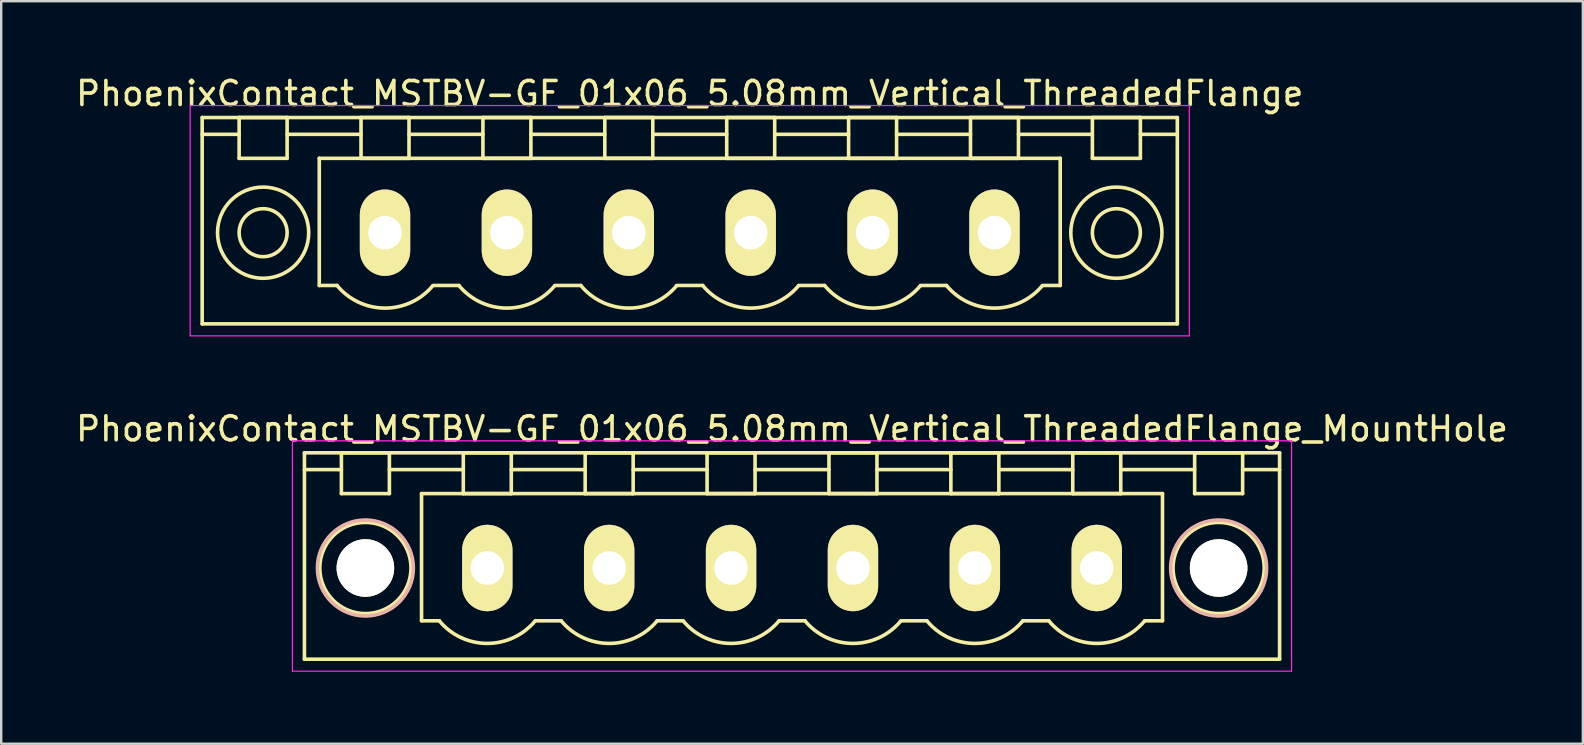
<source format=kicad_pcb>
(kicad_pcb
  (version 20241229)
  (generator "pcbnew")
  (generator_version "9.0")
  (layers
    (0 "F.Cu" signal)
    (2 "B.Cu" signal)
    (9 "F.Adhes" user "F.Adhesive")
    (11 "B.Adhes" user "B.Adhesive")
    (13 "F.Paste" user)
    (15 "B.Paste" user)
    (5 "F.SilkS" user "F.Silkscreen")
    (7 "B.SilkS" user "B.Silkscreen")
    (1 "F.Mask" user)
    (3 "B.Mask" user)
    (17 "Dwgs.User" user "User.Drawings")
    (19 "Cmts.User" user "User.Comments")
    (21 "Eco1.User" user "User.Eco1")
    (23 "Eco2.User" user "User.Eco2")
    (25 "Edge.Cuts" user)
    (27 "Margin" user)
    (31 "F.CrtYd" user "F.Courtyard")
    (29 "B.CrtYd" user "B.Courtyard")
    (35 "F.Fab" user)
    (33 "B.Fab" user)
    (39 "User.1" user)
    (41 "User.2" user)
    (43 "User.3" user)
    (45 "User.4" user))
  (footprint "PhoenixContact_MSTBV-GF_01x06_5.08mm_Vertical_ThreadedFlange_MountHole"
    (layer "F.Cu")
    (at 17.258 20.622)
    (property "Reference" "PhoenixContact_MSTBV-GF_01x06_5.08mm_Vertical_ThreadedFlange_MountHole" (at 12.7 -5.8 0) (layer "F.SilkS") (effects (font (size 1 1) (thickness 0.15))))
    (attr through_hole)
    (fp_line (start -7.62 -4.8) (end -7.62 3.8) (stroke (width 0.15) (type solid)) (layer "F.SilkS"))
    (fp_line (start -7.62 -4.1) (end -6.08 -4.1) (stroke (width 0.15) (type solid)) (layer "F.SilkS"))
    (fp_line (start -7.62 3.8) (end 33.02 3.8) (stroke (width 0.15) (type solid)) (layer "F.SilkS"))
    (fp_line (start -6.08 -4.8) (end -4.08 -4.8) (stroke (width 0.15) (type solid)) (layer "F.SilkS"))
    (fp_line (start -6.08 -3.1) (end -6.08 -4.8) (stroke (width 0.15) (type solid)) (layer "F.SilkS"))
    (fp_line (start -4.08 -4.8) (end -4.08 -3.1) (stroke (width 0.15) (type solid)) (layer "F.SilkS"))
    (fp_line (start -4.08 -4.1) (end -1 -4.1) (stroke (width 0.15) (type solid)) (layer "F.SilkS"))
    (fp_line (start -4.08 -3.1) (end -6.08 -3.1) (stroke (width 0.15) (type solid)) (layer "F.SilkS"))
    (fp_line (start -2.74 -3.1) (end 28.14 -3.1) (stroke (width 0.15) (type solid)) (layer "F.SilkS"))
    (fp_line (start -2.74 2.2) (end -2.74 -3.1) (stroke (width 0.15) (type solid)) (layer "F.SilkS"))
    (fp_line (start -2 2.2) (end -2.74 2.2) (stroke (width 0.15) (type solid)) (layer "F.SilkS"))
    (fp_line (start -1 -4.8) (end 1 -4.8) (stroke (width 0.15) (type solid)) (layer "F.SilkS"))
    (fp_line (start -1 -3.1) (end -1 -4.8) (stroke (width 0.15) (type solid)) (layer "F.SilkS"))
    (fp_line (start 1 -4.8) (end 1 -3.1) (stroke (width 0.15) (type solid)) (layer "F.SilkS"))
    (fp_line (start 1 -4.1) (end 4.08 -4.1) (stroke (width 0.15) (type solid)) (layer "F.SilkS"))
    (fp_line (start 1 -3.1) (end -1 -3.1) (stroke (width 0.15) (type solid)) (layer "F.SilkS"))
    (fp_line (start 2 2.2) (end 3.08 2.2) (stroke (width 0.15) (type solid)) (layer "F.SilkS"))
    (fp_line (start 4.08 -4.8) (end 6.08 -4.8) (stroke (width 0.15) (type solid)) (layer "F.SilkS"))
    (fp_line (start 4.08 -3.1) (end 4.08 -4.8) (stroke (width 0.15) (type solid)) (layer "F.SilkS"))
    (fp_line (start 6.08 -4.8) (end 6.08 -3.1) (stroke (width 0.15) (type solid)) (layer "F.SilkS"))
    (fp_line (start 6.08 -4.1) (end 9.16 -4.1) (stroke (width 0.15) (type solid)) (layer "F.SilkS"))
    (fp_line (start 6.08 -3.1) (end 4.08 -3.1) (stroke (width 0.15) (type solid)) (layer "F.SilkS"))
    (fp_line (start 7.08 2.2) (end 8.16 2.2) (stroke (width 0.15) (type solid)) (layer "F.SilkS"))
    (fp_line (start 9.16 -4.8) (end 11.16 -4.8) (stroke (width 0.15) (type solid)) (layer "F.SilkS"))
    (fp_line (start 9.16 -3.1) (end 9.16 -4.8) (stroke (width 0.15) (type solid)) (layer "F.SilkS"))
    (fp_line (start 11.16 -4.8) (end 11.16 -3.1) (stroke (width 0.15) (type solid)) (layer "F.SilkS"))
    (fp_line (start 11.16 -4.1) (end 14.24 -4.1) (stroke (width 0.15) (type solid)) (layer "F.SilkS"))
    (fp_line (start 11.16 -3.1) (end 9.16 -3.1) (stroke (width 0.15) (type solid)) (layer "F.SilkS"))
    (fp_line (start 12.16 2.2) (end 13.24 2.2) (stroke (width 0.15) (type solid)) (layer "F.SilkS"))
    (fp_line (start 14.24 -4.8) (end 16.24 -4.8) (stroke (width 0.15) (type solid)) (layer "F.SilkS"))
    (fp_line (start 14.24 -3.1) (end 14.24 -4.8) (stroke (width 0.15) (type solid)) (layer "F.SilkS"))
    (fp_line (start 16.24 -4.8) (end 16.24 -3.1) (stroke (width 0.15) (type solid)) (layer "F.SilkS"))
    (fp_line (start 16.24 -4.1) (end 19.32 -4.1) (stroke (width 0.15) (type solid)) (layer "F.SilkS"))
    (fp_line (start 16.24 -3.1) (end 14.24 -3.1) (stroke (width 0.15) (type solid)) (layer "F.SilkS"))
    (fp_line (start 17.24 2.2) (end 18.32 2.2) (stroke (width 0.15) (type solid)) (layer "F.SilkS"))
    (fp_line (start 19.32 -4.8) (end 21.32 -4.8) (stroke (width 0.15) (type solid)) (layer "F.SilkS"))
    (fp_line (start 19.32 -3.1) (end 19.32 -4.8) (stroke (width 0.15) (type solid)) (layer "F.SilkS"))
    (fp_line (start 21.32 -4.8) (end 21.32 -3.1) (stroke (width 0.15) (type solid)) (layer "F.SilkS"))
    (fp_line (start 21.32 -4.1) (end 24.4 -4.1) (stroke (width 0.15) (type solid)) (layer "F.SilkS"))
    (fp_line (start 21.32 -3.1) (end 19.32 -3.1) (stroke (width 0.15) (type solid)) (layer "F.SilkS"))
    (fp_line (start 22.32 2.2) (end 23.4 2.2) (stroke (width 0.15) (type solid)) (layer "F.SilkS"))
    (fp_line (start 24.4 -4.8) (end 26.4 -4.8) (stroke (width 0.15) (type solid)) (layer "F.SilkS"))
    (fp_line (start 24.4 -3.1) (end 24.4 -4.8) (stroke (width 0.15) (type solid)) (layer "F.SilkS"))
    (fp_line (start 26.4 -4.8) (end 26.4 -3.1) (stroke (width 0.15) (type solid)) (layer "F.SilkS"))
    (fp_line (start 26.4 -4.1) (end 29.48 -4.1) (stroke (width 0.15) (type solid)) (layer "F.SilkS"))
    (fp_line (start 26.4 -3.1) (end 24.4 -3.1) (stroke (width 0.15) (type solid)) (layer "F.SilkS"))
    (fp_line (start 28.14 -3.1) (end 28.14 2.2) (stroke (width 0.15) (type solid)) (layer "F.SilkS"))
    (fp_line (start 28.14 2.2) (end 27.4 2.2) (stroke (width 0.15) (type solid)) (layer "F.SilkS"))
    (fp_line (start 29.48 -4.8) (end 31.48 -4.8) (stroke (width 0.15) (type solid)) (layer "F.SilkS"))
    (fp_line (start 29.48 -3.1) (end 29.48 -4.8) (stroke (width 0.15) (type solid)) (layer "F.SilkS"))
    (fp_line (start 31.48 -4.8) (end 31.48 -3.1) (stroke (width 0.15) (type solid)) (layer "F.SilkS"))
    (fp_line (start 31.48 -3.1) (end 29.48 -3.1) (stroke (width 0.15) (type solid)) (layer "F.SilkS"))
    (fp_line (start 33.02 -4.8) (end -7.62 -4.8) (stroke (width 0.15) (type solid)) (layer "F.SilkS"))
    (fp_line (start 33.02 -4.1) (end 31.48 -4.1) (stroke (width 0.15) (type solid)) (layer "F.SilkS"))
    (fp_line (start 33.02 3.8) (end 33.02 -4.8) (stroke (width 0.15) (type solid)) (layer "F.SilkS"))
    (fp_arc (start 1.986842 2.215821) (mid -0.010289 3.142758) (end -2 2.2) (stroke (width 0.15) (type solid)) (layer "F.SilkS"))
    (fp_arc (start 7.066842 2.215821) (mid 5.069711 3.142758) (end 3.08 2.2) (stroke (width 0.15) (type solid)) (layer "F.SilkS"))
    (fp_arc (start 12.146842 2.215821) (mid 10.149711 3.142758) (end 8.16 2.2) (stroke (width 0.15) (type solid)) (layer "F.SilkS"))
    (fp_arc (start 17.226842 2.215821) (mid 15.229711 3.142758) (end 13.24 2.2) (stroke (width 0.15) (type solid)) (layer "F.SilkS"))
    (fp_arc (start 22.306842 2.215821) (mid 20.309711 3.142758) (end 18.32 2.2) (stroke (width 0.15) (type solid)) (layer "F.SilkS"))
    (fp_arc (start 27.386842 2.215821) (mid 25.389711 3.142758) (end 23.4 2.2) (stroke (width 0.15) (type solid)) (layer "F.SilkS"))
    (fp_circle (center -5.08 0) (end -4.08 0) (stroke (width 0.15) (type solid)) (fill no) (layer "F.SilkS"))
    (fp_circle (center -5.08 0) (end -3.18 0) (stroke (width 0.15) (type solid)) (fill no) (layer "F.SilkS"))
    (fp_circle (center 30.48 0) (end 31.48 0) (stroke (width 0.15) (type solid)) (fill no) (layer "F.SilkS"))
    (fp_circle (center 30.48 0) (end 32.38 0) (stroke (width 0.15) (type solid)) (fill no) (layer "F.SilkS"))
    (fp_circle (center -5.08 0) (end -3.08 0) (stroke (width 0.15) (type solid)) (fill no) (layer "B.SilkS"))
    (fp_circle (center 30.48 0) (end 32.48 0) (stroke (width 0.15) (type solid)) (fill no) (layer "B.SilkS"))
    (fp_line (start -8.12 -5.3) (end -8.12 4.3) (stroke (width 0.05) (type solid)) (layer "F.CrtYd"))
    (fp_line (start -8.12 4.3) (end 33.52 4.3) (stroke (width 0.05) (type solid)) (layer "F.CrtYd"))
    (fp_line (start 33.52 -5.3) (end -8.12 -5.3) (stroke (width 0.05) (type solid)) (layer "F.CrtYd"))
    (fp_line (start 33.52 4.3) (end 33.52 -5.3) (stroke (width 0.05) (type solid)) (layer "F.CrtYd"))
    (pad "" np_thru_hole circle (at -5.08 0) (size 2.4 2.4) (drill 2.4) (layers "*.Cu" "*.Mask" "F.SilkS"))
    (pad "" np_thru_hole circle (at 30.48 0) (size 2.4 2.4) (drill 2.4) (layers "*.Cu" "*.Mask" "F.SilkS"))
    (pad "1" thru_hole oval (at 0 0) (size 2.1 3.6) (drill 1.4) (layers "*.Cu" "*.Mask" "F.SilkS"))
    (pad "2" thru_hole oval (at 5.08 0) (size 2.1 3.6) (drill 1.4) (layers "*.Cu" "*.Mask" "F.SilkS"))
    (pad "3" thru_hole oval (at 10.16 0) (size 2.1 3.6) (drill 1.4) (layers "*.Cu" "*.Mask" "F.SilkS"))
    (pad "4" thru_hole oval (at 15.24 0) (size 2.1 3.6) (drill 1.4) (layers "*.Cu" "*.Mask" "F.SilkS"))
    (pad "5" thru_hole oval (at 20.32 0) (size 2.1 3.6) (drill 1.4) (layers "*.Cu" "*.Mask" "F.SilkS"))
    (pad "6" thru_hole oval (at 25.4 0) (size 2.1 3.6) (drill 1.4) (layers "*.Cu" "*.Mask" "F.SilkS")))
  (footprint "PhoenixContact_MSTBV-GF_01x06_5.08mm_Vertical_ThreadedFlange"
    (layer "F.Cu")
    (at 12.996 6.648)
    (property "Reference" "PhoenixContact_MSTBV-GF_01x06_5.08mm_Vertical_ThreadedFlange" (at 12.7 -5.8 0) (layer "F.SilkS") (effects (font (size 1 1) (thickness 0.15))))
    (attr through_hole)
    (fp_line (start -7.62 -4.8) (end -7.62 3.8) (stroke (width 0.15) (type solid)) (layer "F.SilkS"))
    (fp_line (start -7.62 -4.1) (end -6.08 -4.1) (stroke (width 0.15) (type solid)) (layer "F.SilkS"))
    (fp_line (start -7.62 3.8) (end 33.02 3.8) (stroke (width 0.15) (type solid)) (layer "F.SilkS"))
    (fp_line (start -6.08 -4.8) (end -4.08 -4.8) (stroke (width 0.15) (type solid)) (layer "F.SilkS"))
    (fp_line (start -6.08 -3.1) (end -6.08 -4.8) (stroke (width 0.15) (type solid)) (layer "F.SilkS"))
    (fp_line (start -4.08 -4.8) (end -4.08 -3.1) (stroke (width 0.15) (type solid)) (layer "F.SilkS"))
    (fp_line (start -4.08 -4.1) (end -1 -4.1) (stroke (width 0.15) (type solid)) (layer "F.SilkS"))
    (fp_line (start -4.08 -3.1) (end -6.08 -3.1) (stroke (width 0.15) (type solid)) (layer "F.SilkS"))
    (fp_line (start -2.74 -3.1) (end 28.14 -3.1) (stroke (width 0.15) (type solid)) (layer "F.SilkS"))
    (fp_line (start -2.74 2.2) (end -2.74 -3.1) (stroke (width 0.15) (type solid)) (layer "F.SilkS"))
    (fp_line (start -2 2.2) (end -2.74 2.2) (stroke (width 0.15) (type solid)) (layer "F.SilkS"))
    (fp_line (start -1 -4.8) (end 1 -4.8) (stroke (width 0.15) (type solid)) (layer "F.SilkS"))
    (fp_line (start -1 -3.1) (end -1 -4.8) (stroke (width 0.15) (type solid)) (layer "F.SilkS"))
    (fp_line (start 1 -4.8) (end 1 -3.1) (stroke (width 0.15) (type solid)) (layer "F.SilkS"))
    (fp_line (start 1 -4.1) (end 4.08 -4.1) (stroke (width 0.15) (type solid)) (layer "F.SilkS"))
    (fp_line (start 1 -3.1) (end -1 -3.1) (stroke (width 0.15) (type solid)) (layer "F.SilkS"))
    (fp_line (start 2 2.2) (end 3.08 2.2) (stroke (width 0.15) (type solid)) (layer "F.SilkS"))
    (fp_line (start 4.08 -4.8) (end 6.08 -4.8) (stroke (width 0.15) (type solid)) (layer "F.SilkS"))
    (fp_line (start 4.08 -3.1) (end 4.08 -4.8) (stroke (width 0.15) (type solid)) (layer "F.SilkS"))
    (fp_line (start 6.08 -4.8) (end 6.08 -3.1) (stroke (width 0.15) (type solid)) (layer "F.SilkS"))
    (fp_line (start 6.08 -4.1) (end 9.16 -4.1) (stroke (width 0.15) (type solid)) (layer "F.SilkS"))
    (fp_line (start 6.08 -3.1) (end 4.08 -3.1) (stroke (width 0.15) (type solid)) (layer "F.SilkS"))
    (fp_line (start 7.08 2.2) (end 8.16 2.2) (stroke (width 0.15) (type solid)) (layer "F.SilkS"))
    (fp_line (start 9.16 -4.8) (end 11.16 -4.8) (stroke (width 0.15) (type solid)) (layer "F.SilkS"))
    (fp_line (start 9.16 -3.1) (end 9.16 -4.8) (stroke (width 0.15) (type solid)) (layer "F.SilkS"))
    (fp_line (start 11.16 -4.8) (end 11.16 -3.1) (stroke (width 0.15) (type solid)) (layer "F.SilkS"))
    (fp_line (start 11.16 -4.1) (end 14.24 -4.1) (stroke (width 0.15) (type solid)) (layer "F.SilkS"))
    (fp_line (start 11.16 -3.1) (end 9.16 -3.1) (stroke (width 0.15) (type solid)) (layer "F.SilkS"))
    (fp_line (start 12.16 2.2) (end 13.24 2.2) (stroke (width 0.15) (type solid)) (layer "F.SilkS"))
    (fp_line (start 14.24 -4.8) (end 16.24 -4.8) (stroke (width 0.15) (type solid)) (layer "F.SilkS"))
    (fp_line (start 14.24 -3.1) (end 14.24 -4.8) (stroke (width 0.15) (type solid)) (layer "F.SilkS"))
    (fp_line (start 16.24 -4.8) (end 16.24 -3.1) (stroke (width 0.15) (type solid)) (layer "F.SilkS"))
    (fp_line (start 16.24 -4.1) (end 19.32 -4.1) (stroke (width 0.15) (type solid)) (layer "F.SilkS"))
    (fp_line (start 16.24 -3.1) (end 14.24 -3.1) (stroke (width 0.15) (type solid)) (layer "F.SilkS"))
    (fp_line (start 17.24 2.2) (end 18.32 2.2) (stroke (width 0.15) (type solid)) (layer "F.SilkS"))
    (fp_line (start 19.32 -4.8) (end 21.32 -4.8) (stroke (width 0.15) (type solid)) (layer "F.SilkS"))
    (fp_line (start 19.32 -3.1) (end 19.32 -4.8) (stroke (width 0.15) (type solid)) (layer "F.SilkS"))
    (fp_line (start 21.32 -4.8) (end 21.32 -3.1) (stroke (width 0.15) (type solid)) (layer "F.SilkS"))
    (fp_line (start 21.32 -4.1) (end 24.4 -4.1) (stroke (width 0.15) (type solid)) (layer "F.SilkS"))
    (fp_line (start 21.32 -3.1) (end 19.32 -3.1) (stroke (width 0.15) (type solid)) (layer "F.SilkS"))
    (fp_line (start 22.32 2.2) (end 23.4 2.2) (stroke (width 0.15) (type solid)) (layer "F.SilkS"))
    (fp_line (start 24.4 -4.8) (end 26.4 -4.8) (stroke (width 0.15) (type solid)) (layer "F.SilkS"))
    (fp_line (start 24.4 -3.1) (end 24.4 -4.8) (stroke (width 0.15) (type solid)) (layer "F.SilkS"))
    (fp_line (start 26.4 -4.8) (end 26.4 -3.1) (stroke (width 0.15) (type solid)) (layer "F.SilkS"))
    (fp_line (start 26.4 -4.1) (end 29.48 -4.1) (stroke (width 0.15) (type solid)) (layer "F.SilkS"))
    (fp_line (start 26.4 -3.1) (end 24.4 -3.1) (stroke (width 0.15) (type solid)) (layer "F.SilkS"))
    (fp_line (start 28.14 -3.1) (end 28.14 2.2) (stroke (width 0.15) (type solid)) (layer "F.SilkS"))
    (fp_line (start 28.14 2.2) (end 27.4 2.2) (stroke (width 0.15) (type solid)) (layer "F.SilkS"))
    (fp_line (start 29.48 -4.8) (end 31.48 -4.8) (stroke (width 0.15) (type solid)) (layer "F.SilkS"))
    (fp_line (start 29.48 -3.1) (end 29.48 -4.8) (stroke (width 0.15) (type solid)) (layer "F.SilkS"))
    (fp_line (start 31.48 -4.8) (end 31.48 -3.1) (stroke (width 0.15) (type solid)) (layer "F.SilkS"))
    (fp_line (start 31.48 -3.1) (end 29.48 -3.1) (stroke (width 0.15) (type solid)) (layer "F.SilkS"))
    (fp_line (start 33.02 -4.8) (end -7.62 -4.8) (stroke (width 0.15) (type solid)) (layer "F.SilkS"))
    (fp_line (start 33.02 -4.1) (end 31.48 -4.1) (stroke (width 0.15) (type solid)) (layer "F.SilkS"))
    (fp_line (start 33.02 3.8) (end 33.02 -4.8) (stroke (width 0.15) (type solid)) (layer "F.SilkS"))
    (fp_arc (start 1.986842 2.215821) (mid -0.010289 3.142758) (end -2 2.2) (stroke (width 0.15) (type solid)) (layer "F.SilkS"))
    (fp_arc (start 7.066842 2.215821) (mid 5.069711 3.142758) (end 3.08 2.2) (stroke (width 0.15) (type solid)) (layer "F.SilkS"))
    (fp_arc (start 12.146842 2.215821) (mid 10.149711 3.142758) (end 8.16 2.2) (stroke (width 0.15) (type solid)) (layer "F.SilkS"))
    (fp_arc (start 17.226842 2.215821) (mid 15.229711 3.142758) (end 13.24 2.2) (stroke (width 0.15) (type solid)) (layer "F.SilkS"))
    (fp_arc (start 22.306842 2.215821) (mid 20.309711 3.142758) (end 18.32 2.2) (stroke (width 0.15) (type solid)) (layer "F.SilkS"))
    (fp_arc (start 27.386842 2.215821) (mid 25.389711 3.142758) (end 23.4 2.2) (stroke (width 0.15) (type solid)) (layer "F.SilkS"))
    (fp_circle (center -5.08 0) (end -4.08 0) (stroke (width 0.15) (type solid)) (fill no) (layer "F.SilkS"))
    (fp_circle (center -5.08 0) (end -3.18 0) (stroke (width 0.15) (type solid)) (fill no) (layer "F.SilkS"))
    (fp_circle (center 30.48 0) (end 31.48 0) (stroke (width 0.15) (type solid)) (fill no) (layer "F.SilkS"))
    (fp_circle (center 30.48 0) (end 32.38 0) (stroke (width 0.15) (type solid)) (fill no) (layer "F.SilkS"))
    (fp_line (start -8.12 -5.3) (end -8.12 4.3) (stroke (width 0.05) (type solid)) (layer "F.CrtYd"))
    (fp_line (start -8.12 4.3) (end 33.52 4.3) (stroke (width 0.05) (type solid)) (layer "F.CrtYd"))
    (fp_line (start 33.52 -5.3) (end -8.12 -5.3) (stroke (width 0.05) (type solid)) (layer "F.CrtYd"))
    (fp_line (start 33.52 4.3) (end 33.52 -5.3) (stroke (width 0.05) (type solid)) (layer "F.CrtYd"))
    (pad "1" thru_hole oval (at 0 0) (size 2.1 3.6) (drill 1.4) (layers "*.Cu" "*.Mask" "F.SilkS"))
    (pad "2" thru_hole oval (at 5.08 0) (size 2.1 3.6) (drill 1.4) (layers "*.Cu" "*.Mask" "F.SilkS"))
    (pad "3" thru_hole oval (at 10.16 0) (size 2.1 3.6) (drill 1.4) (layers "*.Cu" "*.Mask" "F.SilkS"))
    (pad "4" thru_hole oval (at 15.24 0) (size 2.1 3.6) (drill 1.4) (layers "*.Cu" "*.Mask" "F.SilkS"))
    (pad "5" thru_hole oval (at 20.32 0) (size 2.1 3.6) (drill 1.4) (layers "*.Cu" "*.Mask" "F.SilkS"))
    (pad "6" thru_hole oval (at 25.4 0) (size 2.1 3.6) (drill 1.4) (layers "*.Cu" "*.Mask" "F.SilkS")))
  (gr_rect
    (start -3 -3)
    (end 62.917 27.947)
    (stroke (width 0.1) (type default))
    (fill no)
    (layer "Edge.Cuts")))
</source>
